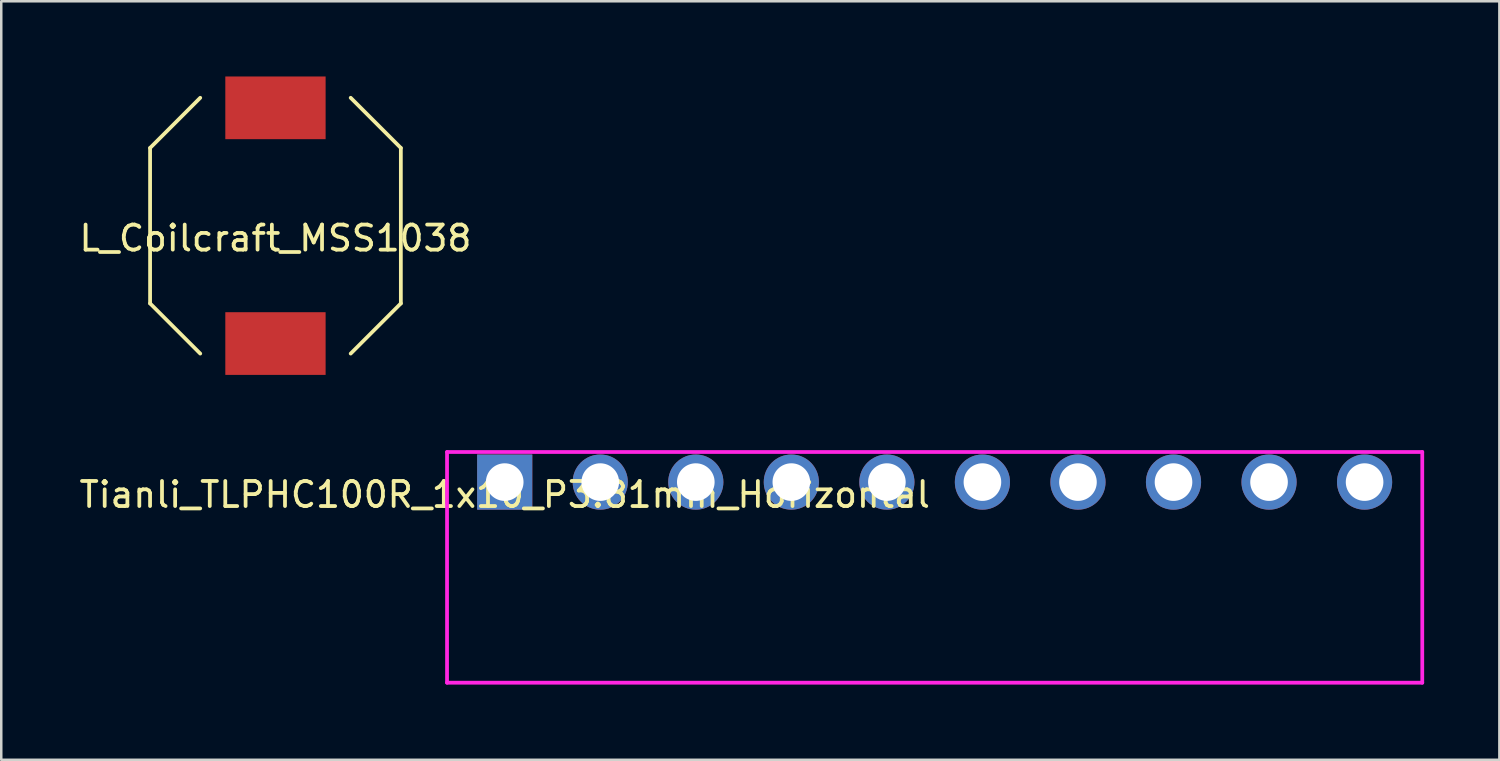
<source format=kicad_pcb>
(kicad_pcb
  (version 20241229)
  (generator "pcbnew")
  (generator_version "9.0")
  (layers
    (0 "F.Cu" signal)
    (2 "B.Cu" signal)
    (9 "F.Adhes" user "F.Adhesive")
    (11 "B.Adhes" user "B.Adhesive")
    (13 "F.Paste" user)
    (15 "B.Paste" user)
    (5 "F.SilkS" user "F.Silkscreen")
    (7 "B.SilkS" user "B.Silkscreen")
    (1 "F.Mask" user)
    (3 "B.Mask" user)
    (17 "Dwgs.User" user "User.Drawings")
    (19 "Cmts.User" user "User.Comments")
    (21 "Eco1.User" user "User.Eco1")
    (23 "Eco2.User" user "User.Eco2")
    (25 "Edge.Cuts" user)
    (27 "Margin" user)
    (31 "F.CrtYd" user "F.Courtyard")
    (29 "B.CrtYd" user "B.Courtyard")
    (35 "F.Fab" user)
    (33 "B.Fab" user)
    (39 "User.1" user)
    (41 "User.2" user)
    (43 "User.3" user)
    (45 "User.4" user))
  (footprint "Tianli_TLPHC100R_1x10_P3.81mm_Horizontal"
    (layer "F.Cu")
    (at 17.077 16.175)
    (property "Reference" "Tianli_TLPHC100R_1x10_P3.81mm_Horizontal" (at 0 0.5 0) (layer "F.SilkS") (effects (font (size 1 1) (thickness 0.15))))
    (attr through_hole)
    (fp_line (start -2.3 -1.2) (end -2.3 8) (stroke (width 0.15) (type solid)) (layer "F.CrtYd"))
    (fp_line (start -2.3 8) (end 36.59 8) (stroke (width 0.15) (type solid)) (layer "F.CrtYd"))
    (fp_line (start 36.59 -1.2) (end -2.3 -1.2) (stroke (width 0.15) (type solid)) (layer "F.CrtYd"))
    (fp_line (start 36.59 8) (end 36.59 -1.2) (stroke (width 0.15) (type solid)) (layer "F.CrtYd"))
    (pad "1" thru_hole rect (at 0 0) (size 2.2 2.2) (drill 1.5) (layers "*.Cu" "*.Mask"))
    (pad "2" thru_hole circle (at 3.81 0) (size 2.2 2.2) (drill 1.5) (layers "*.Cu" "*.Mask"))
    (pad "3" thru_hole circle (at 7.62 0) (size 2.2 2.2) (drill 1.5) (layers "*.Cu" "*.Mask"))
    (pad "4" thru_hole circle (at 11.43 0) (size 2.2 2.2) (drill 1.5) (layers "*.Cu" "*.Mask"))
    (pad "5" thru_hole circle (at 15.24 0) (size 2.2 2.2) (drill 1.5) (layers "*.Cu" "*.Mask"))
    (pad "6" thru_hole circle (at 19.05 0) (size 2.2 2.2) (drill 1.5) (layers "*.Cu" "*.Mask"))
    (pad "7" thru_hole circle (at 22.86 0) (size 2.2 2.2) (drill 1.5) (layers "*.Cu" "*.Mask"))
    (pad "8" thru_hole circle (at 26.67 0) (size 2.2 2.2) (drill 1.5) (layers "*.Cu" "*.Mask"))
    (pad "9" thru_hole circle (at 30.48 0) (size 2.2 2.2) (drill 1.5) (layers "*.Cu" "*.Mask"))
    (pad "10" thru_hole circle (at 34.29 0) (size 2.2 2.2) (drill 1.5) (layers "*.Cu" "*.Mask")))
  (footprint "L_Coilcraft_MSS1038"
    (layer "F.Cu")
    (at 7.935 5.95)
    (property "Reference" "L_Coilcraft_MSS1038" (at 0 0.5 0) (layer "F.SilkS") (effects (font (size 1 1) (thickness 0.15))))
    (attr through_hole)
    (fp_line (start -5 -3.1) (end -5 3.1) (stroke (width 0.15) (type solid)) (layer "F.SilkS"))
    (fp_line (start -5 -3.1) (end -3 -5.1) (stroke (width 0.15) (type solid)) (layer "F.SilkS"))
    (fp_line (start -5 3.1) (end -3 5.1) (stroke (width 0.15) (type solid)) (layer "F.SilkS"))
    (fp_line (start 3 -5.1) (end 5 -3.1) (stroke (width 0.15) (type solid)) (layer "F.SilkS"))
    (fp_line (start 5 -3.1) (end 5 3.1) (stroke (width 0.15) (type solid)) (layer "F.SilkS"))
    (fp_line (start 5 3.1) (end 3 5.1) (stroke (width 0.15) (type solid)) (layer "F.SilkS"))
    (pad "1" smd rect (at 0 4.7) (size 4 2.5) (layers "F.Cu" "F.Mask" "F.Paste"))
    (pad "2" smd rect (at 0 -4.7) (size 4 2.5) (layers "F.Cu" "F.Mask" "F.Paste")))
  (gr_rect
    (start -3 -3)
    (end 56.742 27.25)
    (stroke (width 0.1) (type default))
    (fill no)
    (layer "Edge.Cuts")))
</source>
